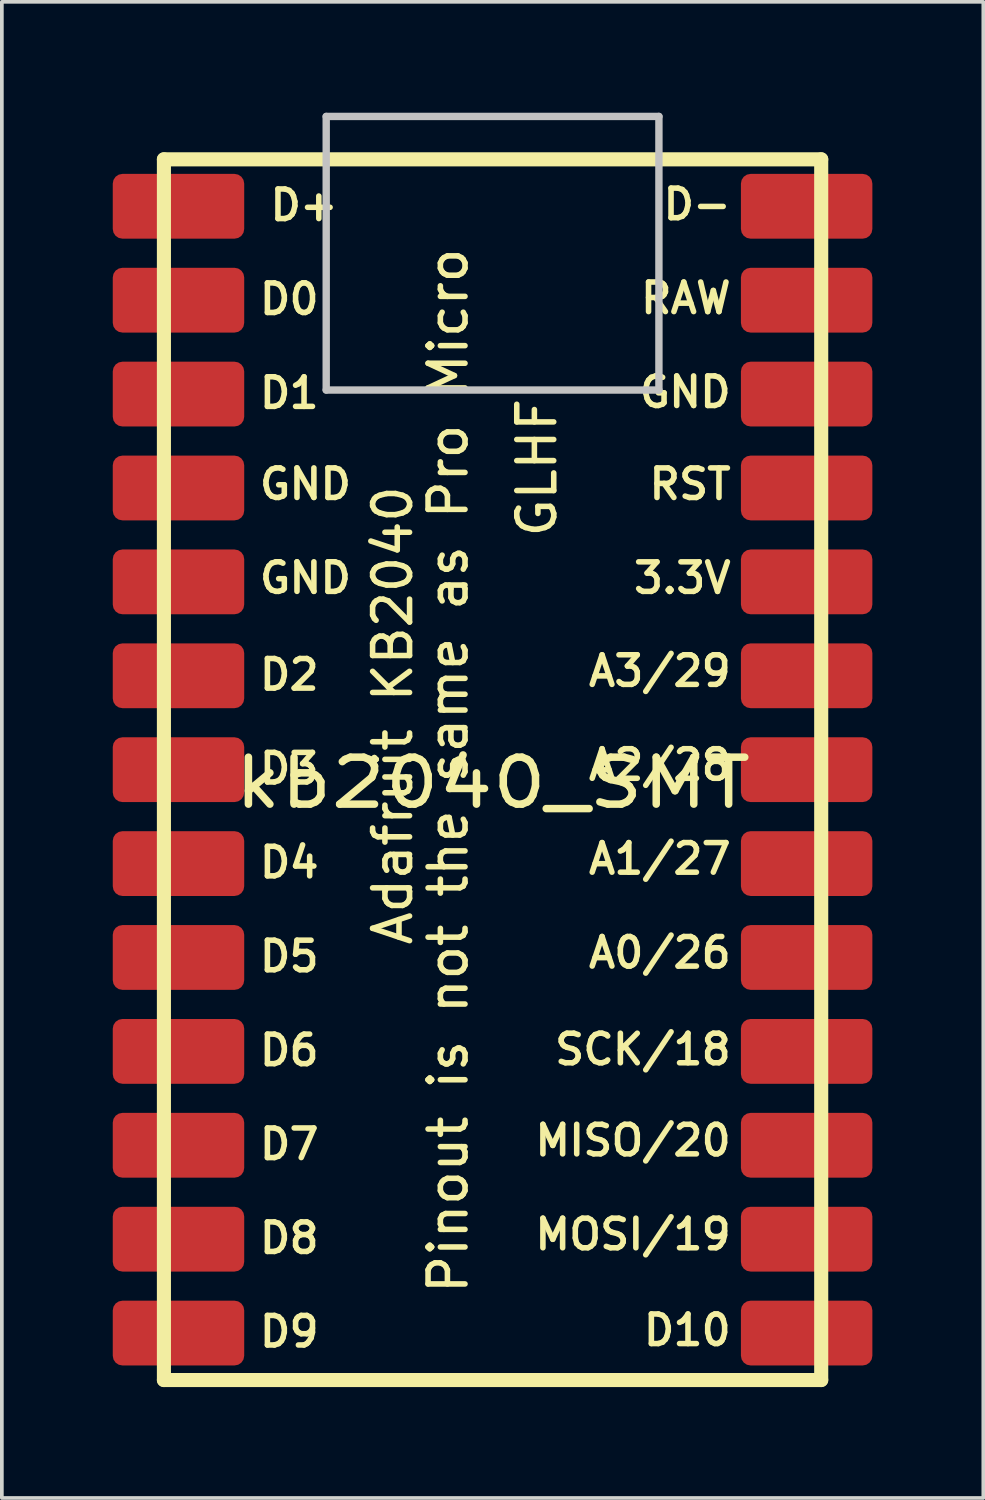
<source format=kicad_pcb>
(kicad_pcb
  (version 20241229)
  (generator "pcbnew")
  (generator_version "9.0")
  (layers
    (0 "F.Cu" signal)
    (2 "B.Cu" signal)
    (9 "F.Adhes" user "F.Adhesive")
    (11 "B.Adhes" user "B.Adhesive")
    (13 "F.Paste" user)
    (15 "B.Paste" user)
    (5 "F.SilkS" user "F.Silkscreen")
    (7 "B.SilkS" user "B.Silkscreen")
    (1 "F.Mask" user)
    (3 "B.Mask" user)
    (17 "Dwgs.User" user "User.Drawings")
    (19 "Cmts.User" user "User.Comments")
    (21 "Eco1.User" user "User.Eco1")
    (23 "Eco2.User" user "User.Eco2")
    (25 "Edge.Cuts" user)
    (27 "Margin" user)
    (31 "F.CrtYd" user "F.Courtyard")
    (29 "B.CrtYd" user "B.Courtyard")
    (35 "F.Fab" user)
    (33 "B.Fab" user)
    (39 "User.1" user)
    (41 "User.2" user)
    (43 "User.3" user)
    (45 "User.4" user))
  (footprint "kb2040_SMT"
    (layer "F.Cu")
    (at 10.274 16.5)
    (property "Reference" "kb2040_SMT" (at 0 1.625 0) (layer "F.SilkS") (effects (font (size 1.27 1.524) (thickness 0.203))))
    (attr through_hole)
    (fp_line (start -8.89 -15.24) (end -8.89 17.78) (stroke (width 0.381) (type solid)) (layer "F.SilkS"))
    (fp_line (start -8.89 17.78) (end 8.89 17.78) (stroke (width 0.381) (type solid)) (layer "F.SilkS"))
    (fp_line (start 8.89 -15.24) (end -8.89 -15.24) (stroke (width 0.381) (type solid)) (layer "F.SilkS"))
    (fp_line (start 8.89 17.78) (end 8.89 -15.24) (stroke (width 0.381) (type solid)) (layer "F.SilkS"))
    (fp_line (start -4.5 -16.4) (end 4.5 -16.4) (stroke (width 0.2) (type solid)) (layer "Dwgs.User"))
    (fp_line (start -4.5 -9) (end -4.5 -16.4) (stroke (width 0.2) (type solid)) (layer "Dwgs.User"))
    (fp_line (start 4.5 -16.4) (end 4.5 -9) (stroke (width 0.2) (type solid)) (layer "Dwgs.User"))
    (fp_line (start 4.5 -9) (end -4.5 -9) (stroke (width 0.2) (type solid)) (layer "Dwgs.User"))
    (fp_text user "D6" (at -5.5 8.86 0) (layer "F.SilkS") (effects (font (size 0.8 0.8) (thickness 0.15))))
    (fp_text user "MISO/20" (at 3.8 11.3 0) (layer "F.SilkS") (effects (font (size 0.8 0.8) (thickness 0.15))))
    (fp_text user "RST" (at 5.343 -6.455 0) (layer "F.SilkS") (effects (font (size 0.8 0.8) (thickness 0.15))))
    (fp_text user "RAW" (at 5.229 -11.484 0) (layer "F.SilkS") (effects (font (size 0.8 0.8) (thickness 0.15))))
    (fp_text user "A1/27" (at 4.524 3.68 0) (layer "F.SilkS") (effects (font (size 0.8 0.8) (thickness 0.15))))
    (fp_text user "GND" (at -5.062 -3.916 0) (layer "F.SilkS") (effects (font (size 0.8 0.8) (thickness 0.15))))
    (fp_text user "A3/29" (at 4.524 -1.4 0) (layer "F.SilkS") (effects (font (size 0.8 0.8) (thickness 0.15))))
    (fp_text user "Adafruit KB2040" (at -2.7 -0.2 90) (unlocked yes) (layer "F.SilkS") (effects (font (size 1 1) (thickness 0.15))))
    (fp_text user "D9" (at -5.5 16.47 0) (layer "F.SilkS") (effects (font (size 0.8 0.8) (thickness 0.15))))
    (fp_text user "D5" (at -5.5 6.32 0) (layer "F.SilkS") (effects (font (size 0.8 0.8) (thickness 0.15))))
    (fp_text user "D1" (at -5.5 -8.92 0) (layer "F.SilkS") (effects (font (size 0.8 0.8) (thickness 0.15))))
    (fp_text user "MOSI/19" (at 3.8 13.84 0) (layer "F.SilkS") (effects (font (size 0.8 0.8) (thickness 0.15))))
    (fp_text user "GND" (at 5.21 -8.944 0) (layer "F.SilkS") (effects (font (size 0.8 0.8) (thickness 0.15))))
    (fp_text user "D8" (at -5.5 13.94 0) (layer "F.SilkS") (effects (font (size 0.8 0.8) (thickness 0.15))))
    (fp_text user "D+" (at -5.1 -14 0) (layer "F.SilkS") (effects (font (size 0.8 0.8) (thickness 0.15))))
    (fp_text user "GLHF" (at 1.2 -6.9 90) (unlocked yes) (layer "F.SilkS") (effects (font (size 1 1) (thickness 0.15))))
    (fp_text user "D10" (at 5.267 16.431 0) (layer "F.SilkS") (effects (font (size 0.8 0.8) (thickness 0.15))))
    (fp_text user "A2/28" (at 4.524 1.14 0) (layer "F.SilkS") (effects (font (size 0.8 0.8) (thickness 0.15))))
    (fp_text user "D-" (at 5.533 -14.024 0) (layer "F.SilkS") (effects (font (size 0.8 0.8) (thickness 0.15))))
    (fp_text user "D2" (at -5.5 -1.3 0) (layer "F.SilkS") (effects (font (size 0.8 0.8) (thickness 0.15))))
    (fp_text user "D4" (at -5.5 3.78 0) (layer "F.SilkS") (effects (font (size 0.8 0.8) (thickness 0.15))))
    (fp_text user "3.3V" (at 5.133 -3.915 0) (layer "F.SilkS") (effects (font (size 0.8 0.8) (thickness 0.15))))
    (fp_text user "A0/26" (at 4.524 6.22 0) (layer "F.SilkS") (effects (font (size 0.8 0.8) (thickness 0.15))))
    (fp_text user "D7" (at -5.5 11.4 0) (layer "F.SilkS") (effects (font (size 0.8 0.8) (thickness 0.15))))
    (fp_text user "Pinout is not the same as Pro Micro" (at -1.2 1.3 90) (unlocked yes) (layer "F.SilkS") (effects (font (size 1 1) (thickness 0.15))))
    (fp_text user "D3" (at -5.5 1.24 0) (layer "F.SilkS") (effects (font (size 0.8 0.8) (thickness 0.15))))
    (fp_text user "D0" (at -5.5 -11.46 0) (layer "F.SilkS") (effects (font (size 0.8 0.8) (thickness 0.15))))
    (fp_text user "SCK/18" (at 4.067 8.836 0) (layer "F.SilkS") (effects (font (size 0.8 0.8) (thickness 0.15))))
    (fp_text user "GND" (at -5.062 -6.456 0) (layer "F.SilkS") (effects (font (size 0.8 0.8) (thickness 0.15))))
    (pad "1" smd roundrect (at -8.496 -13.97) (size 3.556 1.753) (layers "F.Cu" "F.Mask" "F.Paste") (roundrect_rratio 0.15))
    (pad "2" smd roundrect (at -8.496 -11.43) (size 3.556 1.753) (layers "F.Cu" "F.Mask" "F.Paste") (roundrect_rratio 0.15))
    (pad "3" smd roundrect (at -8.496 -8.89) (size 3.556 1.753) (layers "F.Cu" "F.Mask" "F.Paste") (roundrect_rratio 0.15))
    (pad "4" smd roundrect (at -8.496 -6.35) (size 3.556 1.753) (layers "F.Cu" "F.Mask" "F.Paste") (roundrect_rratio 0.15))
    (pad "5" smd roundrect (at -8.496 -3.81) (size 3.556 1.753) (layers "F.Cu" "F.Mask" "F.Paste") (roundrect_rratio 0.15))
    (pad "6" smd roundrect (at -8.496 -1.27) (size 3.556 1.753) (layers "F.Cu" "F.Mask" "F.Paste") (roundrect_rratio 0.15))
    (pad "7" smd roundrect (at -8.496 1.27) (size 3.556 1.753) (layers "F.Cu" "F.Mask" "F.Paste") (roundrect_rratio 0.15))
    (pad "8" smd roundrect (at -8.496 3.81) (size 3.556 1.753) (layers "F.Cu" "F.Mask" "F.Paste") (roundrect_rratio 0.15))
    (pad "9" smd roundrect (at -8.496 6.35) (size 3.556 1.753) (layers "F.Cu" "F.Mask" "F.Paste") (roundrect_rratio 0.15))
    (pad "10" smd roundrect (at -8.496 8.89) (size 3.556 1.753) (layers "F.Cu" "F.Mask" "F.Paste") (roundrect_rratio 0.15))
    (pad "11" smd roundrect (at -8.496 11.43) (size 3.556 1.753) (layers "F.Cu" "F.Mask" "F.Paste") (roundrect_rratio 0.15))
    (pad "12" smd roundrect (at -8.496 13.97) (size 3.556 1.753) (layers "F.Cu" "F.Mask" "F.Paste") (roundrect_rratio 0.15))
    (pad "13" smd roundrect (at -8.496 16.51) (size 3.556 1.753) (layers "F.Cu" "F.Mask" "F.Paste") (roundrect_rratio 0.15))
    (pad "14" smd roundrect (at 8.496 -13.97) (size 3.556 1.753) (layers "F.Cu" "F.Mask" "F.Paste") (roundrect_rratio 0.15))
    (pad "15" smd roundrect (at 8.496 -11.43) (size 3.556 1.753) (layers "F.Cu" "F.Mask" "F.Paste") (roundrect_rratio 0.15))
    (pad "16" smd roundrect (at 8.496 -8.89) (size 3.556 1.753) (layers "F.Cu" "F.Mask" "F.Paste") (roundrect_rratio 0.15))
    (pad "17" smd roundrect (at 8.496 -6.35) (size 3.556 1.753) (layers "F.Cu" "F.Mask" "F.Paste") (roundrect_rratio 0.15))
    (pad "18" smd roundrect (at 8.496 -3.81) (size 3.556 1.753) (layers "F.Cu" "F.Mask" "F.Paste") (roundrect_rratio 0.15))
    (pad "19" smd roundrect (at 8.496 -1.27) (size 3.556 1.753) (layers "F.Cu" "F.Mask" "F.Paste") (roundrect_rratio 0.15))
    (pad "20" smd roundrect (at 8.496 1.27) (size 3.556 1.753) (layers "F.Cu" "F.Mask" "F.Paste") (roundrect_rratio 0.15))
    (pad "21" smd roundrect (at 8.496 3.81) (size 3.556 1.753) (layers "F.Cu" "F.Mask" "F.Paste") (roundrect_rratio 0.15))
    (pad "22" smd roundrect (at 8.496 6.35) (size 3.556 1.753) (layers "F.Cu" "F.Mask" "F.Paste") (roundrect_rratio 0.15))
    (pad "23" smd roundrect (at 8.496 8.89) (size 3.556 1.753) (layers "F.Cu" "F.Mask" "F.Paste") (roundrect_rratio 0.15))
    (pad "24" smd roundrect (at 8.496 11.43) (size 3.556 1.753) (layers "F.Cu" "F.Mask" "F.Paste") (roundrect_rratio 0.15))
    (pad "25" smd roundrect (at 8.496 13.97) (size 3.556 1.753) (layers "F.Cu" "F.Mask" "F.Paste") (roundrect_rratio 0.15))
    (pad "26" smd roundrect (at 8.496 16.51) (size 3.556 1.753) (layers "F.Cu" "F.Mask" "F.Paste") (roundrect_rratio 0.15)))
  (gr_rect
    (start -3 -3)
    (end 23.549 37.471)
    (stroke (width 0.1) (type default))
    (fill no)
    (layer "Edge.Cuts")))
</source>
